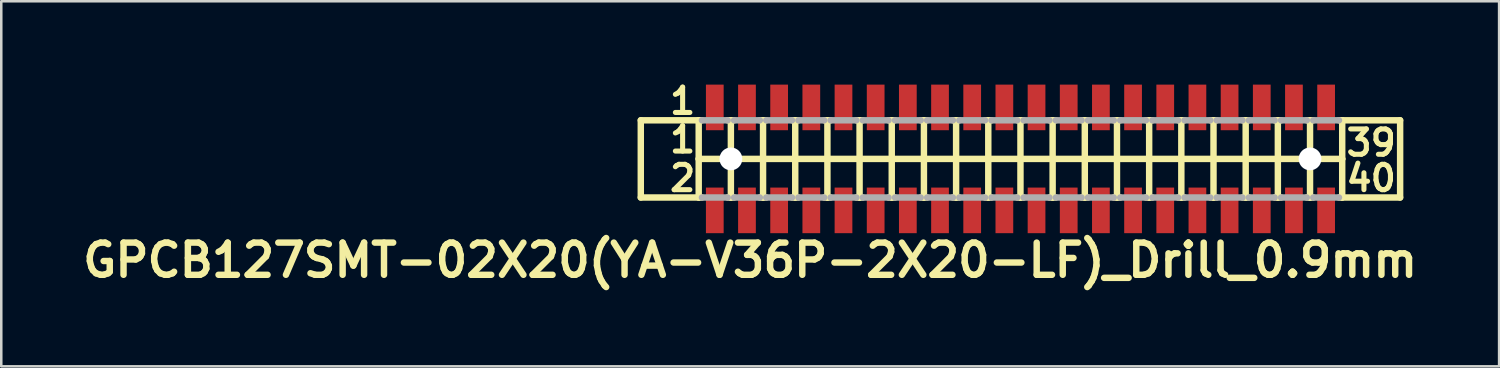
<source format=kicad_pcb>
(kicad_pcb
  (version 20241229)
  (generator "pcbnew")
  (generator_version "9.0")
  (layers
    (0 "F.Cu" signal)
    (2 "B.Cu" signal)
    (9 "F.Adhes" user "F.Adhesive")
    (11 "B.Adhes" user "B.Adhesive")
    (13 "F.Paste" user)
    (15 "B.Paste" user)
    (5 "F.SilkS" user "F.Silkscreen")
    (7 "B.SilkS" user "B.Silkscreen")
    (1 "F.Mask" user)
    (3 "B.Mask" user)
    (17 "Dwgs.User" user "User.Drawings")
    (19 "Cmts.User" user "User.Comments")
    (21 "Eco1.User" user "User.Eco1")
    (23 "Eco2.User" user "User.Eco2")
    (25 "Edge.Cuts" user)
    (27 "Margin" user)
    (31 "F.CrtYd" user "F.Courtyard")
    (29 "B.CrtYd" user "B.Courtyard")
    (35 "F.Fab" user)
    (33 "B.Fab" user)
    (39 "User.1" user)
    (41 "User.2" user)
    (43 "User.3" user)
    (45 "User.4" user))
  (footprint "GPCB127SMT-02X20(YA-V36P-2X20-LF)_Drill_0.9mm"
    (layer "F.Cu")
    (at 37.229 3.222)
    (property "Reference" "GPCB127SMT-02X20(YA-V36P-2X20-LF)_Drill_0.9mm" (at -10.668 4 0) (layer "F.SilkS") (effects (font (size 1.27 1.27) (thickness 0.254))))
    (attr smd)
    (fp_line (start -14.986 -1.524) (end -14.986 1.524) (stroke (width 0.254) (type solid)) (layer "F.SilkS"))
    (fp_line (start -14.986 1.524) (end -12.7 1.524) (stroke (width 0.254) (type solid)) (layer "F.SilkS"))
    (fp_line (start -12.7 -1.524) (end -14.986 -1.524) (stroke (width 0.254) (type solid)) (layer "F.SilkS"))
    (fp_line (start -12.7 -1.524) (end -12.7 0) (stroke (width 0.254) (type solid)) (layer "F.SilkS"))
    (fp_line (start -12.7 0) (end -12.7 1.524) (stroke (width 0.254) (type solid)) (layer "F.SilkS"))
    (fp_line (start -12.7 0) (end -11.43 0) (stroke (width 0.254) (type solid)) (layer "F.SilkS"))
    (fp_line (start -12.7 1.524) (end -12.573 1.524) (stroke (width 0.254) (type solid)) (layer "F.SilkS"))
    (fp_line (start -12.573 -1.524) (end -12.7 -1.524) (stroke (width 0.254) (type solid)) (layer "F.SilkS"))
    (fp_line (start -11.557 -1.524) (end -11.43 -1.524) (stroke (width 0.254) (type solid)) (layer "F.SilkS"))
    (fp_line (start -11.557 1.524) (end -11.43 1.524) (stroke (width 0.254) (type solid)) (layer "F.SilkS"))
    (fp_line (start -11.43 -1.524) (end -11.303 -1.524) (stroke (width 0.254) (type solid)) (layer "F.SilkS"))
    (fp_line (start -11.43 0) (end -11.43 -1.524) (stroke (width 0.254) (type solid)) (layer "F.SilkS"))
    (fp_line (start -11.43 0) (end -10.16 0) (stroke (width 0.254) (type solid)) (layer "F.SilkS"))
    (fp_line (start -11.43 1.524) (end -11.43 0) (stroke (width 0.254) (type solid)) (layer "F.SilkS"))
    (fp_line (start -11.43 1.524) (end -11.303 1.524) (stroke (width 0.254) (type solid)) (layer "F.SilkS"))
    (fp_line (start -10.287 -1.524) (end -10.16 -1.524) (stroke (width 0.254) (type solid)) (layer "F.SilkS"))
    (fp_line (start -10.287 1.524) (end -10.16 1.524) (stroke (width 0.254) (type solid)) (layer "F.SilkS"))
    (fp_line (start -10.16 -1.524) (end -10.033 -1.524) (stroke (width 0.254) (type solid)) (layer "F.SilkS"))
    (fp_line (start -10.16 0) (end -10.16 -1.524) (stroke (width 0.254) (type solid)) (layer "F.SilkS"))
    (fp_line (start -10.16 0) (end -8.89 0) (stroke (width 0.254) (type solid)) (layer "F.SilkS"))
    (fp_line (start -10.16 1.524) (end -10.16 0) (stroke (width 0.254) (type solid)) (layer "F.SilkS"))
    (fp_line (start -10.16 1.524) (end -10.033 1.524) (stroke (width 0.254) (type solid)) (layer "F.SilkS"))
    (fp_line (start -9.017 -1.524) (end -8.89 -1.524) (stroke (width 0.254) (type solid)) (layer "F.SilkS"))
    (fp_line (start -9.017 1.524) (end -8.89 1.524) (stroke (width 0.254) (type solid)) (layer "F.SilkS"))
    (fp_line (start -8.89 -1.524) (end -8.763 -1.524) (stroke (width 0.254) (type solid)) (layer "F.SilkS"))
    (fp_line (start -8.89 0) (end -8.89 -1.524) (stroke (width 0.254) (type solid)) (layer "F.SilkS"))
    (fp_line (start -8.89 0) (end -7.62 0) (stroke (width 0.254) (type solid)) (layer "F.SilkS"))
    (fp_line (start -8.89 1.524) (end -8.89 0) (stroke (width 0.254) (type solid)) (layer "F.SilkS"))
    (fp_line (start -8.89 1.524) (end -8.763 1.524) (stroke (width 0.254) (type solid)) (layer "F.SilkS"))
    (fp_line (start -7.747 -1.524) (end -7.62 -1.524) (stroke (width 0.254) (type solid)) (layer "F.SilkS"))
    (fp_line (start -7.747 1.524) (end -7.62 1.524) (stroke (width 0.254) (type solid)) (layer "F.SilkS"))
    (fp_line (start -7.62 -1.524) (end -7.493 -1.524) (stroke (width 0.254) (type solid)) (layer "F.SilkS"))
    (fp_line (start -7.62 0) (end -7.62 -1.524) (stroke (width 0.254) (type solid)) (layer "F.SilkS"))
    (fp_line (start -7.62 0) (end -6.35 0) (stroke (width 0.254) (type solid)) (layer "F.SilkS"))
    (fp_line (start -7.62 1.524) (end -7.62 0) (stroke (width 0.254) (type solid)) (layer "F.SilkS"))
    (fp_line (start -7.62 1.524) (end -7.493 1.524) (stroke (width 0.254) (type solid)) (layer "F.SilkS"))
    (fp_line (start -6.477 -1.524) (end -6.35 -1.524) (stroke (width 0.254) (type solid)) (layer "F.SilkS"))
    (fp_line (start -6.477 1.524) (end -6.35 1.524) (stroke (width 0.254) (type solid)) (layer "F.SilkS"))
    (fp_line (start -6.35 -1.524) (end -6.223 -1.524) (stroke (width 0.254) (type solid)) (layer "F.SilkS"))
    (fp_line (start -6.35 0) (end -6.35 -1.524) (stroke (width 0.254) (type solid)) (layer "F.SilkS"))
    (fp_line (start -6.35 0) (end -5.08 0) (stroke (width 0.254) (type solid)) (layer "F.SilkS"))
    (fp_line (start -6.35 1.524) (end -6.35 0) (stroke (width 0.254) (type solid)) (layer "F.SilkS"))
    (fp_line (start -6.35 1.524) (end -6.223 1.524) (stroke (width 0.254) (type solid)) (layer "F.SilkS"))
    (fp_line (start -5.207 -1.524) (end -5.08 -1.524) (stroke (width 0.254) (type solid)) (layer "F.SilkS"))
    (fp_line (start -5.207 1.524) (end -5.08 1.524) (stroke (width 0.254) (type solid)) (layer "F.SilkS"))
    (fp_line (start -5.08 -1.524) (end -4.953 -1.524) (stroke (width 0.254) (type solid)) (layer "F.SilkS"))
    (fp_line (start -5.08 0) (end -5.08 -1.524) (stroke (width 0.254) (type solid)) (layer "F.SilkS"))
    (fp_line (start -5.08 0) (end -3.81 0) (stroke (width 0.254) (type solid)) (layer "F.SilkS"))
    (fp_line (start -5.08 1.524) (end -5.08 0) (stroke (width 0.254) (type solid)) (layer "F.SilkS"))
    (fp_line (start -5.08 1.524) (end -4.953 1.524) (stroke (width 0.254) (type solid)) (layer "F.SilkS"))
    (fp_line (start -3.937 -1.524) (end -3.81 -1.524) (stroke (width 0.254) (type solid)) (layer "F.SilkS"))
    (fp_line (start -3.937 1.524) (end -3.81 1.524) (stroke (width 0.254) (type solid)) (layer "F.SilkS"))
    (fp_line (start -3.81 -1.524) (end -3.683 -1.524) (stroke (width 0.254) (type solid)) (layer "F.SilkS"))
    (fp_line (start -3.81 0) (end -3.81 -1.524) (stroke (width 0.254) (type solid)) (layer "F.SilkS"))
    (fp_line (start -3.81 0) (end -2.54 0) (stroke (width 0.254) (type solid)) (layer "F.SilkS"))
    (fp_line (start -3.81 1.524) (end -3.81 0) (stroke (width 0.254) (type solid)) (layer "F.SilkS"))
    (fp_line (start -3.81 1.524) (end -3.683 1.524) (stroke (width 0.254) (type solid)) (layer "F.SilkS"))
    (fp_line (start -2.667 -1.524) (end -2.54 -1.524) (stroke (width 0.254) (type solid)) (layer "F.SilkS"))
    (fp_line (start -2.667 1.524) (end -2.54 1.524) (stroke (width 0.254) (type solid)) (layer "F.SilkS"))
    (fp_line (start -2.54 -1.524) (end -2.413 -1.524) (stroke (width 0.254) (type solid)) (layer "F.SilkS"))
    (fp_line (start -2.54 0) (end -2.54 -1.524) (stroke (width 0.254) (type solid)) (layer "F.SilkS"))
    (fp_line (start -2.54 0) (end -1.27 0) (stroke (width 0.254) (type solid)) (layer "F.SilkS"))
    (fp_line (start -2.54 1.524) (end -2.54 0) (stroke (width 0.254) (type solid)) (layer "F.SilkS"))
    (fp_line (start -2.54 1.524) (end -2.413 1.524) (stroke (width 0.254) (type solid)) (layer "F.SilkS"))
    (fp_line (start -1.397 -1.524) (end -1.143 -1.524) (stroke (width 0.254) (type solid)) (layer "F.SilkS"))
    (fp_line (start -1.397 1.524) (end -1.27 1.524) (stroke (width 0.254) (type solid)) (layer "F.SilkS"))
    (fp_line (start -1.27 0) (end -1.27 -1.524) (stroke (width 0.254) (type solid)) (layer "F.SilkS"))
    (fp_line (start -1.27 0) (end 0 0) (stroke (width 0.254) (type solid)) (layer "F.SilkS"))
    (fp_line (start -1.27 1.524) (end -1.27 0) (stroke (width 0.254) (type solid)) (layer "F.SilkS"))
    (fp_line (start -1.27 1.524) (end -1.143 1.524) (stroke (width 0.254) (type solid)) (layer "F.SilkS"))
    (fp_line (start -0.127 -1.524) (end 0 -1.524) (stroke (width 0.254) (type solid)) (layer "F.SilkS"))
    (fp_line (start 0 -1.524) (end 0 0) (stroke (width 0.254) (type solid)) (layer "F.SilkS"))
    (fp_line (start 0 0) (end 0 1.524) (stroke (width 0.254) (type solid)) (layer "F.SilkS"))
    (fp_line (start 0 0) (end 1.27 0) (stroke (width 0.254) (type solid)) (layer "F.SilkS"))
    (fp_line (start 0 1.524) (end -0.127 1.524) (stroke (width 0.254) (type solid)) (layer "F.SilkS"))
    (fp_line (start 0 1.524) (end 0.127 1.524) (stroke (width 0.254) (type solid)) (layer "F.SilkS"))
    (fp_line (start 0.127 -1.524) (end 0 -1.524) (stroke (width 0.254) (type solid)) (layer "F.SilkS"))
    (fp_line (start 1.143 -1.524) (end 1.27 -1.524) (stroke (width 0.254) (type solid)) (layer "F.SilkS"))
    (fp_line (start 1.143 1.524) (end 1.27 1.524) (stroke (width 0.254) (type solid)) (layer "F.SilkS"))
    (fp_line (start 1.27 -1.524) (end 1.397 -1.524) (stroke (width 0.254) (type solid)) (layer "F.SilkS"))
    (fp_line (start 1.27 0) (end 1.27 -1.524) (stroke (width 0.254) (type solid)) (layer "F.SilkS"))
    (fp_line (start 1.27 0) (end 2.54 0) (stroke (width 0.254) (type solid)) (layer "F.SilkS"))
    (fp_line (start 1.27 1.524) (end 1.27 0) (stroke (width 0.254) (type solid)) (layer "F.SilkS"))
    (fp_line (start 1.27 1.524) (end 1.397 1.524) (stroke (width 0.254) (type solid)) (layer "F.SilkS"))
    (fp_line (start 2.413 -1.524) (end 2.54 -1.524) (stroke (width 0.254) (type solid)) (layer "F.SilkS"))
    (fp_line (start 2.413 1.524) (end 2.54 1.524) (stroke (width 0.254) (type solid)) (layer "F.SilkS"))
    (fp_line (start 2.54 -1.524) (end 2.667 -1.524) (stroke (width 0.254) (type solid)) (layer "F.SilkS"))
    (fp_line (start 2.54 0) (end 2.54 -1.524) (stroke (width 0.254) (type solid)) (layer "F.SilkS"))
    (fp_line (start 2.54 0) (end 3.81 0) (stroke (width 0.254) (type solid)) (layer "F.SilkS"))
    (fp_line (start 2.54 1.524) (end 2.54 0) (stroke (width 0.254) (type solid)) (layer "F.SilkS"))
    (fp_line (start 2.54 1.524) (end 2.667 1.524) (stroke (width 0.254) (type solid)) (layer "F.SilkS"))
    (fp_line (start 3.683 -1.524) (end 3.81 -1.524) (stroke (width 0.254) (type solid)) (layer "F.SilkS"))
    (fp_line (start 3.683 1.524) (end 3.81 1.524) (stroke (width 0.254) (type solid)) (layer "F.SilkS"))
    (fp_line (start 3.81 -1.524) (end 3.937 -1.524) (stroke (width 0.254) (type solid)) (layer "F.SilkS"))
    (fp_line (start 3.81 0) (end 3.81 -1.524) (stroke (width 0.254) (type solid)) (layer "F.SilkS"))
    (fp_line (start 3.81 0) (end 5.08 0) (stroke (width 0.254) (type solid)) (layer "F.SilkS"))
    (fp_line (start 3.81 1.524) (end 3.81 0) (stroke (width 0.254) (type solid)) (layer "F.SilkS"))
    (fp_line (start 3.81 1.524) (end 3.937 1.524) (stroke (width 0.254) (type solid)) (layer "F.SilkS"))
    (fp_line (start 4.953 -1.524) (end 5.08 -1.524) (stroke (width 0.254) (type solid)) (layer "F.SilkS"))
    (fp_line (start 4.953 1.524) (end 5.08 1.524) (stroke (width 0.254) (type solid)) (layer "F.SilkS"))
    (fp_line (start 5.08 -1.524) (end 5.207 -1.524) (stroke (width 0.254) (type solid)) (layer "F.SilkS"))
    (fp_line (start 5.08 0) (end 5.08 -1.524) (stroke (width 0.254) (type solid)) (layer "F.SilkS"))
    (fp_line (start 5.08 0) (end 6.35 0) (stroke (width 0.254) (type solid)) (layer "F.SilkS"))
    (fp_line (start 5.08 1.524) (end 5.08 0) (stroke (width 0.254) (type solid)) (layer "F.SilkS"))
    (fp_line (start 5.08 1.524) (end 5.207 1.524) (stroke (width 0.254) (type solid)) (layer "F.SilkS"))
    (fp_line (start 6.223 -1.524) (end 6.35 -1.524) (stroke (width 0.254) (type solid)) (layer "F.SilkS"))
    (fp_line (start 6.223 1.524) (end 6.35 1.524) (stroke (width 0.254) (type solid)) (layer "F.SilkS"))
    (fp_line (start 6.35 -1.524) (end 6.477 -1.524) (stroke (width 0.254) (type solid)) (layer "F.SilkS"))
    (fp_line (start 6.35 0) (end 6.35 -1.524) (stroke (width 0.254) (type solid)) (layer "F.SilkS"))
    (fp_line (start 6.35 0) (end 7.62 0) (stroke (width 0.254) (type solid)) (layer "F.SilkS"))
    (fp_line (start 6.35 1.524) (end 6.35 0) (stroke (width 0.254) (type solid)) (layer "F.SilkS"))
    (fp_line (start 6.35 1.524) (end 6.477 1.524) (stroke (width 0.254) (type solid)) (layer "F.SilkS"))
    (fp_line (start 7.493 -1.524) (end 7.62 -1.524) (stroke (width 0.254) (type solid)) (layer "F.SilkS"))
    (fp_line (start 7.493 1.524) (end 7.62 1.524) (stroke (width 0.254) (type solid)) (layer "F.SilkS"))
    (fp_line (start 7.62 -1.524) (end 7.747 -1.524) (stroke (width 0.254) (type solid)) (layer "F.SilkS"))
    (fp_line (start 7.62 0) (end 7.62 -1.524) (stroke (width 0.254) (type solid)) (layer "F.SilkS"))
    (fp_line (start 7.62 0) (end 8.89 0) (stroke (width 0.254) (type solid)) (layer "F.SilkS"))
    (fp_line (start 7.62 1.524) (end 7.62 0) (stroke (width 0.254) (type solid)) (layer "F.SilkS"))
    (fp_line (start 7.62 1.524) (end 7.747 1.524) (stroke (width 0.254) (type solid)) (layer "F.SilkS"))
    (fp_line (start 8.763 -1.524) (end 8.89 -1.524) (stroke (width 0.254) (type solid)) (layer "F.SilkS"))
    (fp_line (start 8.763 1.524) (end 8.89 1.524) (stroke (width 0.254) (type solid)) (layer "F.SilkS"))
    (fp_line (start 8.89 -1.524) (end 9.017 -1.524) (stroke (width 0.254) (type solid)) (layer "F.SilkS"))
    (fp_line (start 8.89 0) (end 8.89 -1.524) (stroke (width 0.254) (type solid)) (layer "F.SilkS"))
    (fp_line (start 8.89 0) (end 10.16 0) (stroke (width 0.254) (type solid)) (layer "F.SilkS"))
    (fp_line (start 8.89 1.524) (end 8.89 0) (stroke (width 0.254) (type solid)) (layer "F.SilkS"))
    (fp_line (start 8.89 1.524) (end 9.017 1.524) (stroke (width 0.254) (type solid)) (layer "F.SilkS"))
    (fp_line (start 10.033 -1.524) (end 10.16 -1.524) (stroke (width 0.254) (type solid)) (layer "F.SilkS"))
    (fp_line (start 10.033 1.524) (end 10.16 1.524) (stroke (width 0.254) (type solid)) (layer "F.SilkS"))
    (fp_line (start 10.16 -1.524) (end 10.287 -1.524) (stroke (width 0.254) (type solid)) (layer "F.SilkS"))
    (fp_line (start 10.16 0) (end 10.16 -1.524) (stroke (width 0.254) (type solid)) (layer "F.SilkS"))
    (fp_line (start 10.16 0) (end 11.43 0) (stroke (width 0.254) (type solid)) (layer "F.SilkS"))
    (fp_line (start 10.16 1.524) (end 10.16 0) (stroke (width 0.254) (type solid)) (layer "F.SilkS"))
    (fp_line (start 10.16 1.524) (end 10.287 1.524) (stroke (width 0.254) (type solid)) (layer "F.SilkS"))
    (fp_line (start 11.303 -1.524) (end 11.557 -1.524) (stroke (width 0.254) (type solid)) (layer "F.SilkS"))
    (fp_line (start 11.303 1.524) (end 11.43 1.524) (stroke (width 0.254) (type solid)) (layer "F.SilkS"))
    (fp_line (start 11.43 0) (end 11.43 -1.524) (stroke (width 0.254) (type solid)) (layer "F.SilkS"))
    (fp_line (start 11.43 0) (end 12.7 0) (stroke (width 0.254) (type solid)) (layer "F.SilkS"))
    (fp_line (start 11.43 1.524) (end 11.43 0) (stroke (width 0.254) (type solid)) (layer "F.SilkS"))
    (fp_line (start 11.43 1.524) (end 11.557 1.524) (stroke (width 0.254) (type solid)) (layer "F.SilkS"))
    (fp_line (start 12.573 -1.524) (end 12.7 -1.524) (stroke (width 0.254) (type solid)) (layer "F.SilkS"))
    (fp_line (start 12.7 -1.524) (end 12.7 0) (stroke (width 0.254) (type solid)) (layer "F.SilkS"))
    (fp_line (start 12.7 0) (end 12.7 1.524) (stroke (width 0.254) (type solid)) (layer "F.SilkS"))
    (fp_line (start 12.7 1.524) (end 12.573 1.524) (stroke (width 0.254) (type solid)) (layer "F.SilkS"))
    (fp_line (start 12.7 1.524) (end 14.986 1.524) (stroke (width 0.254) (type solid)) (layer "F.SilkS"))
    (fp_line (start 14.986 -1.524) (end 12.7 -1.524) (stroke (width 0.254) (type solid)) (layer "F.SilkS"))
    (fp_line (start 14.986 1.524) (end 14.986 -1.524) (stroke (width 0.254) (type solid)) (layer "F.SilkS"))
    (fp_line (start -12.573 -1.524) (end -11.557 -1.524) (stroke (width 0.254) (type solid)) (layer "F.Fab"))
    (fp_line (start -12.573 1.524) (end -11.557 1.524) (stroke (width 0.254) (type solid)) (layer "F.Fab"))
    (fp_line (start -11.778 0) (end -11.079 0) (stroke (width 0.127) (type solid)) (layer "F.Fab"))
    (fp_line (start -11.43 0.348) (end -11.43 -0.348) (stroke (width 0.127) (type solid)) (layer "F.Fab"))
    (fp_line (start -11.303 -1.524) (end -10.287 -1.524) (stroke (width 0.254) (type solid)) (layer "F.Fab"))
    (fp_line (start -11.303 1.524) (end -10.287 1.524) (stroke (width 0.254) (type solid)) (layer "F.Fab"))
    (fp_line (start -10.033 -1.524) (end -9.017 -1.524) (stroke (width 0.254) (type solid)) (layer "F.Fab"))
    (fp_line (start -10.033 1.524) (end -9.017 1.524) (stroke (width 0.254) (type solid)) (layer "F.Fab"))
    (fp_line (start -8.763 -1.524) (end -7.747 -1.524) (stroke (width 0.254) (type solid)) (layer "F.Fab"))
    (fp_line (start -8.763 1.524) (end -7.747 1.524) (stroke (width 0.254) (type solid)) (layer "F.Fab"))
    (fp_line (start -7.493 -1.524) (end -6.477 -1.524) (stroke (width 0.254) (type solid)) (layer "F.Fab"))
    (fp_line (start -7.493 1.524) (end -6.477 1.524) (stroke (width 0.254) (type solid)) (layer "F.Fab"))
    (fp_line (start -6.223 -1.524) (end -5.207 -1.524) (stroke (width 0.254) (type solid)) (layer "F.Fab"))
    (fp_line (start -6.223 1.524) (end -5.207 1.524) (stroke (width 0.254) (type solid)) (layer "F.Fab"))
    (fp_line (start -4.953 -1.524) (end -3.937 -1.524) (stroke (width 0.254) (type solid)) (layer "F.Fab"))
    (fp_line (start -4.953 1.524) (end -3.937 1.524) (stroke (width 0.254) (type solid)) (layer "F.Fab"))
    (fp_line (start -3.683 -1.524) (end -2.667 -1.524) (stroke (width 0.254) (type solid)) (layer "F.Fab"))
    (fp_line (start -3.683 1.524) (end -2.667 1.524) (stroke (width 0.254) (type solid)) (layer "F.Fab"))
    (fp_line (start -2.413 -1.524) (end -1.397 -1.524) (stroke (width 0.254) (type solid)) (layer "F.Fab"))
    (fp_line (start -2.413 1.524) (end -1.397 1.524) (stroke (width 0.254) (type solid)) (layer "F.Fab"))
    (fp_line (start -1.143 -1.524) (end -0.127 -1.524) (stroke (width 0.254) (type solid)) (layer "F.Fab"))
    (fp_line (start -1.143 1.524) (end -0.127 1.524) (stroke (width 0.254) (type solid)) (layer "F.Fab"))
    (fp_line (start 0.127 -1.524) (end 1.143 -1.524) (stroke (width 0.254) (type solid)) (layer "F.Fab"))
    (fp_line (start 0.127 1.524) (end 1.143 1.524) (stroke (width 0.254) (type solid)) (layer "F.Fab"))
    (fp_line (start 1.397 -1.524) (end 2.413 -1.524) (stroke (width 0.254) (type solid)) (layer "F.Fab"))
    (fp_line (start 1.397 1.524) (end 2.413 1.524) (stroke (width 0.254) (type solid)) (layer "F.Fab"))
    (fp_line (start 2.667 -1.524) (end 3.683 -1.524) (stroke (width 0.254) (type solid)) (layer "F.Fab"))
    (fp_line (start 2.667 1.524) (end 3.683 1.524) (stroke (width 0.254) (type solid)) (layer "F.Fab"))
    (fp_line (start 3.937 -1.524) (end 4.953 -1.524) (stroke (width 0.254) (type solid)) (layer "F.Fab"))
    (fp_line (start 3.937 1.524) (end 4.953 1.524) (stroke (width 0.254) (type solid)) (layer "F.Fab"))
    (fp_line (start 5.207 -1.524) (end 6.223 -1.524) (stroke (width 0.254) (type solid)) (layer "F.Fab"))
    (fp_line (start 5.207 1.524) (end 6.223 1.524) (stroke (width 0.254) (type solid)) (layer "F.Fab"))
    (fp_line (start 6.477 -1.524) (end 7.493 -1.524) (stroke (width 0.254) (type solid)) (layer "F.Fab"))
    (fp_line (start 6.477 1.524) (end 7.493 1.524) (stroke (width 0.254) (type solid)) (layer "F.Fab"))
    (fp_line (start 7.747 -1.524) (end 8.763 -1.524) (stroke (width 0.254) (type solid)) (layer "F.Fab"))
    (fp_line (start 7.747 1.524) (end 8.763 1.524) (stroke (width 0.254) (type solid)) (layer "F.Fab"))
    (fp_line (start 9.017 -1.524) (end 10.033 -1.524) (stroke (width 0.254) (type solid)) (layer "F.Fab"))
    (fp_line (start 9.017 1.524) (end 10.033 1.524) (stroke (width 0.254) (type solid)) (layer "F.Fab"))
    (fp_line (start 10.287 -1.524) (end 11.303 -1.524) (stroke (width 0.254) (type solid)) (layer "F.Fab"))
    (fp_line (start 10.287 1.524) (end 11.303 1.524) (stroke (width 0.254) (type solid)) (layer "F.Fab"))
    (fp_line (start 11.079 0) (end 11.778 0) (stroke (width 0.127) (type solid)) (layer "F.Fab"))
    (fp_line (start 11.43 0.348) (end 11.43 -0.348) (stroke (width 0.127) (type solid)) (layer "F.Fab"))
    (fp_line (start 11.557 -1.524) (end 12.573 -1.524) (stroke (width 0.254) (type solid)) (layer "F.Fab"))
    (fp_line (start 11.557 1.524) (end 12.573 1.524) (stroke (width 0.254) (type solid)) (layer "F.Fab"))
    (fp_circle (center -11.43 0) (end -11.603 0.173) (stroke (width 0.127) (type solid)) (fill no) (layer "F.Fab"))
    (fp_circle (center 11.43 0) (end 11.603 0.173) (stroke (width 0.127) (type solid)) (fill no) (layer "F.Fab"))
    (fp_text user "2" (at -13.335 0.762 0) (layer "F.SilkS") (effects (font (size 1 1) (thickness 0.2))))
    (fp_text user "40" (at 13.843 0.762 180) (layer "F.SilkS") (effects (font (size 1 1) (thickness 0.2))))
    (fp_text user "39" (at 13.843 -0.635 180) (layer "F.SilkS") (effects (font (size 1 1) (thickness 0.2))))
    (fp_text user "1" (at -13.335 -0.762 0) (layer "F.SilkS") (effects (font (size 1 1) (thickness 0.2))))
    (fp_text user "1" (at -13.335 -2.286 0) (layer "F.SilkS") (effects (font (size 1 1) (thickness 0.2))))
    (pad "" np_thru_hole circle (at -11.43 0 90) (size 0.9 0.9) (drill 0.9) (layers "*.Cu" "*.Mask"))
    (pad "" np_thru_hole circle (at 11.43 0 90) (size 0.9 0.9) (drill 0.9) (layers "*.Cu" "*.Mask"))
    (pad "1" smd rect (at -12.065 -2.032 270) (size 1.8 0.7) (layers "F.Cu" "F.Mask" "F.Paste"))
    (pad "2" smd rect (at -12.065 2.032 270) (size 1.8 0.7) (layers "F.Cu" "F.Mask" "F.Paste"))
    (pad "3" smd rect (at -10.795 -2.032 270) (size 1.8 0.7) (layers "F.Cu" "F.Mask" "F.Paste"))
    (pad "4" smd rect (at -10.795 2.032 270) (size 1.8 0.7) (layers "F.Cu" "F.Mask" "F.Paste"))
    (pad "5" smd rect (at -9.525 -2.032 270) (size 1.8 0.7) (layers "F.Cu" "F.Mask" "F.Paste"))
    (pad "6" smd rect (at -9.525 2.032 270) (size 1.8 0.7) (layers "F.Cu" "F.Mask" "F.Paste"))
    (pad "7" smd rect (at -8.255 -2.032 270) (size 1.8 0.7) (layers "F.Cu" "F.Mask" "F.Paste"))
    (pad "8" smd rect (at -8.255 2.032 270) (size 1.8 0.7) (layers "F.Cu" "F.Mask" "F.Paste"))
    (pad "9" smd rect (at -6.985 -2.032 270) (size 1.8 0.7) (layers "F.Cu" "F.Mask" "F.Paste"))
    (pad "10" smd rect (at -6.985 2.032 270) (size 1.8 0.7) (layers "F.Cu" "F.Mask" "F.Paste"))
    (pad "11" smd rect (at -5.715 -2.032 270) (size 1.8 0.7) (layers "F.Cu" "F.Mask" "F.Paste"))
    (pad "12" smd rect (at -5.715 2.032 270) (size 1.8 0.7) (layers "F.Cu" "F.Mask" "F.Paste"))
    (pad "13" smd rect (at -4.445 -2.032 90) (size 1.8 0.7) (layers "F.Cu" "F.Mask" "F.Paste"))
    (pad "14" smd rect (at -4.445 2.032 90) (size 1.8 0.7) (layers "F.Cu" "F.Mask" "F.Paste"))
    (pad "15" smd rect (at -3.175 -2.032 90) (size 1.8 0.7) (layers "F.Cu" "F.Mask" "F.Paste"))
    (pad "16" smd rect (at -3.175 2.032 90) (size 1.8 0.7) (layers "F.Cu" "F.Mask" "F.Paste"))
    (pad "17" smd rect (at -1.905 -2.032 90) (size 1.8 0.7) (layers "F.Cu" "F.Mask" "F.Paste"))
    (pad "18" smd rect (at -1.905 2.032 90) (size 1.8 0.7) (layers "F.Cu" "F.Mask" "F.Paste"))
    (pad "19" smd rect (at -0.635 -2.032 90) (size 1.8 0.7) (layers "F.Cu" "F.Mask" "F.Paste"))
    (pad "20" smd rect (at -0.635 2.032 90) (size 1.8 0.7) (layers "F.Cu" "F.Mask" "F.Paste"))
    (pad "21" smd rect (at 0.635 -2.032 270) (size 1.8 0.7) (layers "F.Cu" "F.Mask" "F.Paste"))
    (pad "22" smd rect (at 0.635 2.032 270) (size 1.8 0.7) (layers "F.Cu" "F.Mask" "F.Paste"))
    (pad "23" smd rect (at 1.905 -2.032 270) (size 1.8 0.7) (layers "F.Cu" "F.Mask" "F.Paste"))
    (pad "24" smd rect (at 1.905 2.032 270) (size 1.8 0.7) (layers "F.Cu" "F.Mask" "F.Paste"))
    (pad "25" smd rect (at 3.175 -2.032 270) (size 1.8 0.7) (layers "F.Cu" "F.Mask" "F.Paste"))
    (pad "26" smd rect (at 3.175 2.032 270) (size 1.8 0.7) (layers "F.Cu" "F.Mask" "F.Paste"))
    (pad "27" smd rect (at 4.445 -2.032 270) (size 1.8 0.7) (layers "F.Cu" "F.Mask" "F.Paste"))
    (pad "28" smd rect (at 4.445 2.032 270) (size 1.8 0.7) (layers "F.Cu" "F.Mask" "F.Paste"))
    (pad "29" smd rect (at 5.715 -2.032 270) (size 1.8 0.7) (layers "F.Cu" "F.Mask" "F.Paste"))
    (pad "30" smd rect (at 5.715 2.032 270) (size 1.8 0.7) (layers "F.Cu" "F.Mask" "F.Paste"))
    (pad "31" smd rect (at 6.985 -2.032 270) (size 1.8 0.7) (layers "F.Cu" "F.Mask" "F.Paste"))
    (pad "32" smd rect (at 6.985 2.032 270) (size 1.8 0.7) (layers "F.Cu" "F.Mask" "F.Paste"))
    (pad "33" smd rect (at 8.255 -2.032 90) (size 1.8 0.7) (layers "F.Cu" "F.Mask" "F.Paste"))
    (pad "34" smd rect (at 8.255 2.032 90) (size 1.8 0.7) (layers "F.Cu" "F.Mask" "F.Paste"))
    (pad "35" smd rect (at 9.525 -2.032 90) (size 1.8 0.7) (layers "F.Cu" "F.Mask" "F.Paste"))
    (pad "36" smd rect (at 9.525 2.032 90) (size 1.8 0.7) (layers "F.Cu" "F.Mask" "F.Paste"))
    (pad "37" smd rect (at 10.795 -2.032 90) (size 1.8 0.7) (layers "F.Cu" "F.Mask" "F.Paste"))
    (pad "38" smd rect (at 10.795 2.032 90) (size 1.8 0.7) (layers "F.Cu" "F.Mask" "F.Paste"))
    (pad "39" smd rect (at 12.065 -2.032 90) (size 1.8 0.7) (layers "F.Cu" "F.Mask" "F.Paste"))
    (pad "40" smd rect (at 12.065 2.032 90) (size 1.8 0.7) (layers "F.Cu" "F.Mask" "F.Paste")))
  (gr_rect
    (start -3 -3)
    (end 56.122 11.411)
    (stroke (width 0.1) (type default))
    (fill no)
    (layer "Edge.Cuts")))
</source>
